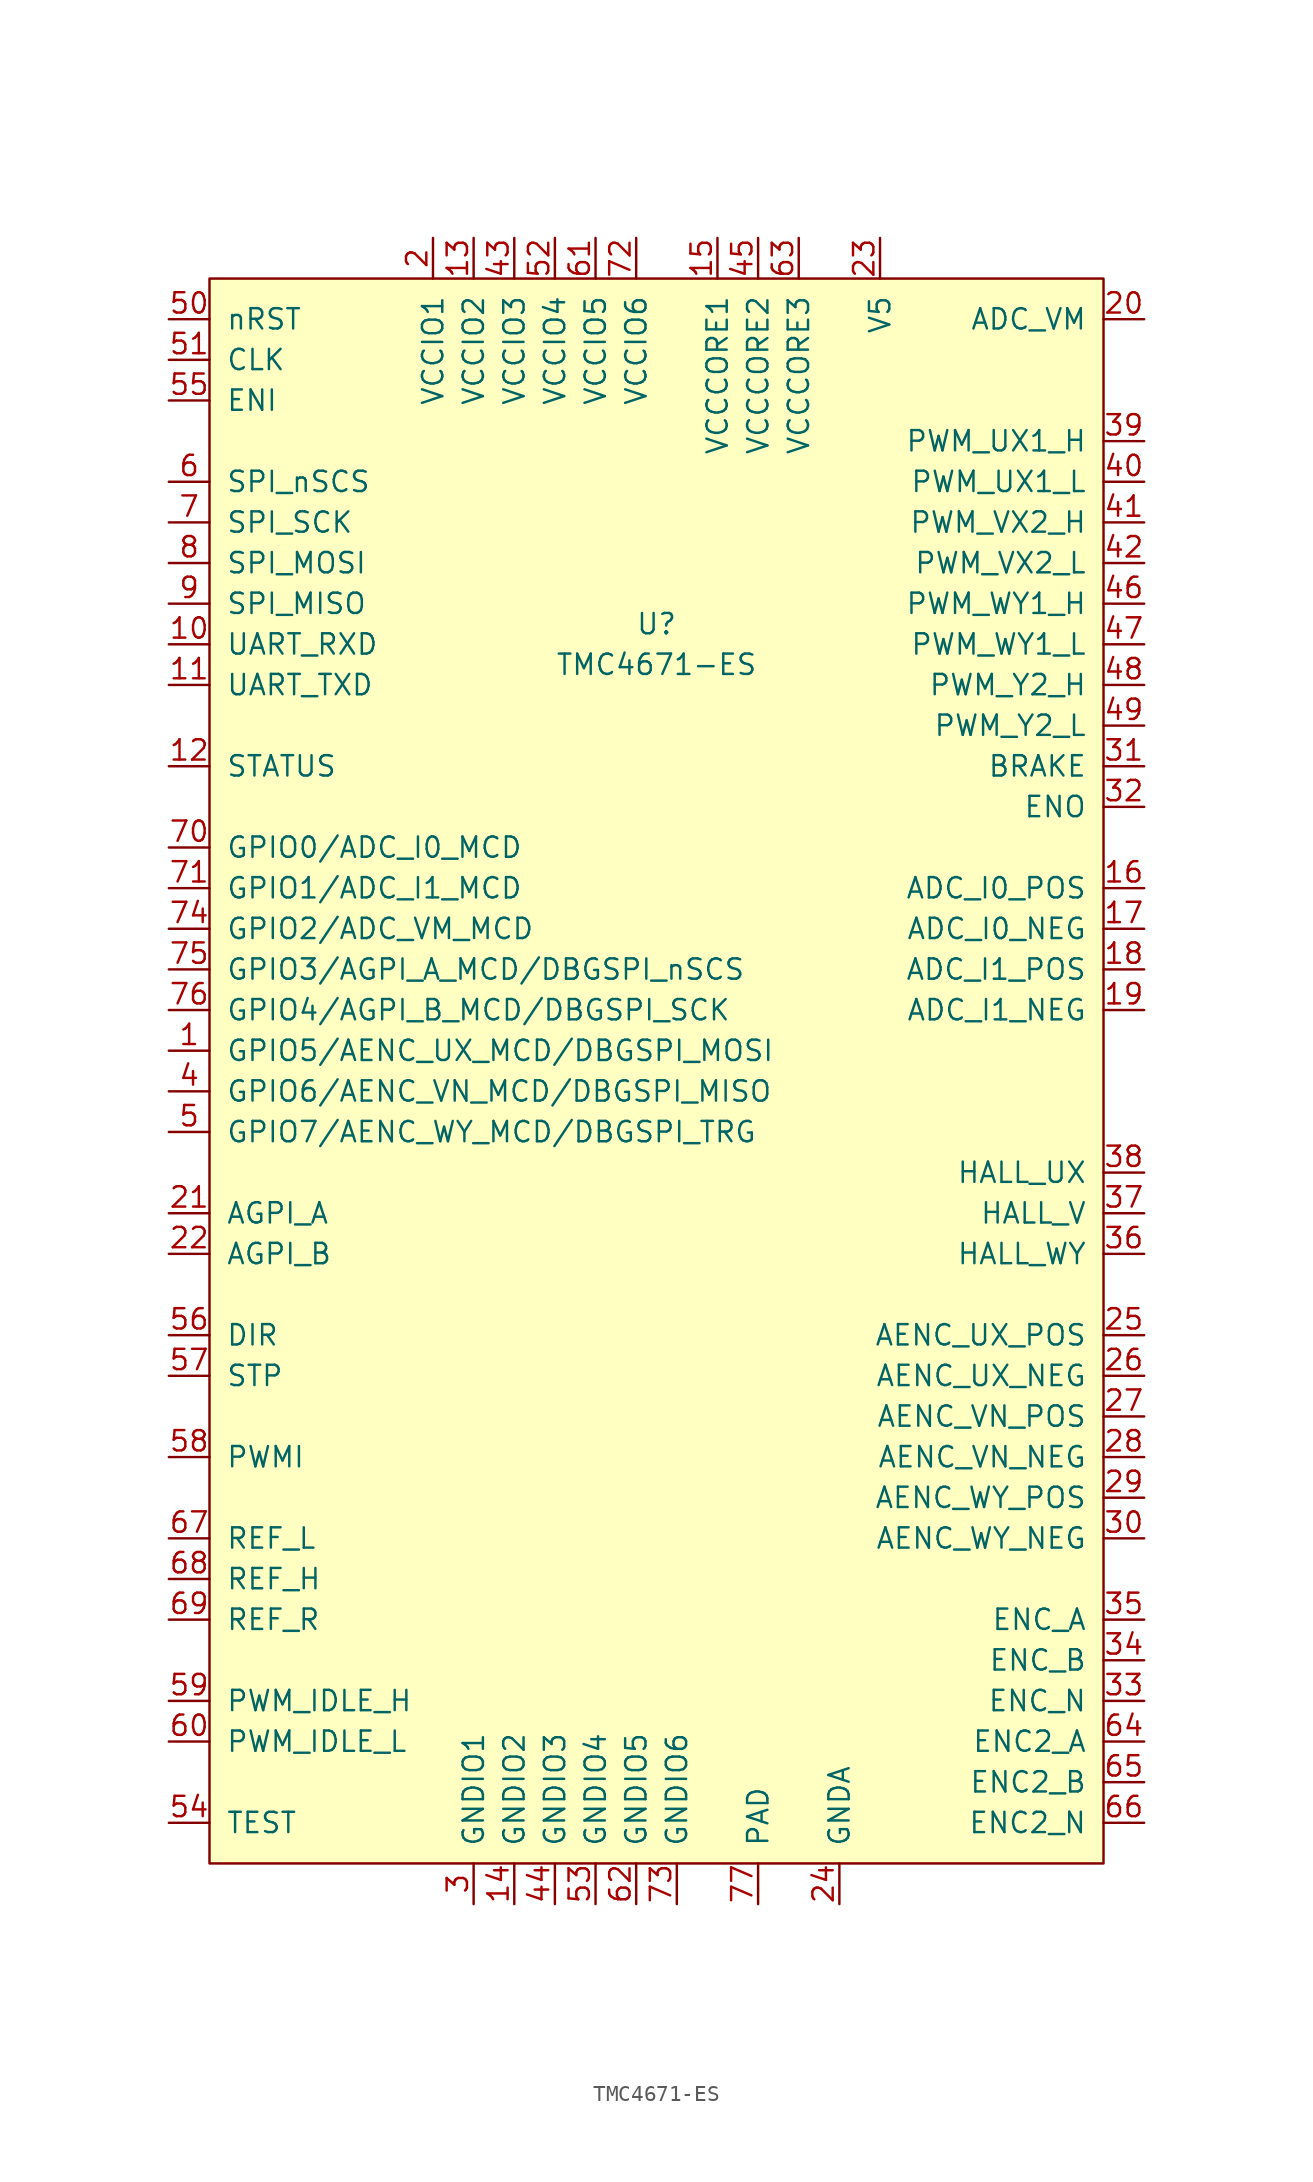
<source format=kicad_sym>
(kicad_symbol_lib
  (version 20211014)
  (generator kicad_symbol_editor)
  (symbol "TMC4671-ES"
    (pin_names
      (offset 1.016))
    (property "Reference" "U"
      (at 0 27.94 0)
      (effects (font (size 1.27 1.27))))
    (property "Value" "TMC4671-ES"
      (at 0 25.4 0)
      (effects (font (size 1.27 1.27))))
    (symbol "TMC4671-ES_0_1"
      (rectangle (start -27.94 49.53) (end 27.94 -49.53) (stroke (width 0) (type default) (color 0 0 0 0)) (fill (type background))))
    (symbol "TMC4671-ES_1_1"
      (pin bidirectional line (at -30.48 1.27 0) (length 2.54) (name "GPIO5/AENC_UX_MCD/DBGSPI_MOSI" (effects (font (size 1.27 1.27)))) (number "1" (effects (font (size 1.27 1.27)))))
      (pin input line (at -30.48 26.67 0) (length 2.54) (name "UART_RXD" (effects (font (size 1.27 1.27)))) (number "10" (effects (font (size 1.27 1.27)))))
      (pin output line (at -30.48 24.13 0) (length 2.54) (name "UART_TXD" (effects (font (size 1.27 1.27)))) (number "11" (effects (font (size 1.27 1.27)))))
      (pin output line (at -30.48 19.05 0) (length 2.54) (name "STATUS" (effects (font (size 1.27 1.27)))) (number "12" (effects (font (size 1.27 1.27)))))
      (pin power_in line (at -11.43 52.07 270) (length 2.54) (name "VCCIO2" (effects (font (size 1.27 1.27)))) (number "13" (effects (font (size 1.27 1.27)))))
      (pin power_in line (at -8.89 -52.07 90) (length 2.54) (name "GNDIO2" (effects (font (size 1.27 1.27)))) (number "14" (effects (font (size 1.27 1.27)))))
      (pin power_out line (at 3.81 52.07 270) (length 2.54) (name "VCCCORE1" (effects (font (size 1.27 1.27)))) (number "15" (effects (font (size 1.27 1.27)))))
      (pin input line (at 30.48 11.43 180) (length 2.54) (name "ADC_I0_POS" (effects (font (size 1.27 1.27)))) (number "16" (effects (font (size 1.27 1.27)))))
      (pin input line (at 30.48 8.89 180) (length 2.54) (name "ADC_I0_NEG" (effects (font (size 1.27 1.27)))) (number "17" (effects (font (size 1.27 1.27)))))
      (pin input line (at 30.48 6.35 180) (length 2.54) (name "ADC_I1_POS" (effects (font (size 1.27 1.27)))) (number "18" (effects (font (size 1.27 1.27)))))
      (pin input line (at 30.48 3.81 180) (length 2.54) (name "ADC_I1_NEG" (effects (font (size 1.27 1.27)))) (number "19" (effects (font (size 1.27 1.27)))))
      (pin power_in line (at -13.97 52.07 270) (length 2.54) (name "VCCIO1" (effects (font (size 1.27 1.27)))) (number "2" (effects (font (size 1.27 1.27)))))
      (pin input line (at 30.48 46.99 180) (length 2.54) (name "ADC_VM" (effects (font (size 1.27 1.27)))) (number "20" (effects (font (size 1.27 1.27)))))
      (pin input line (at -30.48 -8.89 0) (length 2.54) (name "AGPI_A" (effects (font (size 1.27 1.27)))) (number "21" (effects (font (size 1.27 1.27)))))
      (pin input line (at -30.48 -11.43 0) (length 2.54) (name "AGPI_B" (effects (font (size 1.27 1.27)))) (number "22" (effects (font (size 1.27 1.27)))))
      (pin power_in line (at 13.97 52.07 270) (length 2.54) (name "V5" (effects (font (size 1.27 1.27)))) (number "23" (effects (font (size 1.27 1.27)))))
      (pin power_in line (at 11.43 -52.07 90) (length 2.54) (name "GNDA" (effects (font (size 1.27 1.27)))) (number "24" (effects (font (size 1.27 1.27)))))
      (pin input line (at 30.48 -16.51 180) (length 2.54) (name "AENC_UX_POS" (effects (font (size 1.27 1.27)))) (number "25" (effects (font (size 1.27 1.27)))))
      (pin input line (at 30.48 -19.05 180) (length 2.54) (name "AENC_UX_NEG" (effects (font (size 1.27 1.27)))) (number "26" (effects (font (size 1.27 1.27)))))
      (pin input line (at 30.48 -21.59 180) (length 2.54) (name "AENC_VN_POS" (effects (font (size 1.27 1.27)))) (number "27" (effects (font (size 1.27 1.27)))))
      (pin input line (at 30.48 -24.13 180) (length 2.54) (name "AENC_VN_NEG" (effects (font (size 1.27 1.27)))) (number "28" (effects (font (size 1.27 1.27)))))
      (pin input line (at 30.48 -26.67 180) (length 2.54) (name "AENC_WY_POS" (effects (font (size 1.27 1.27)))) (number "29" (effects (font (size 1.27 1.27)))))
      (pin power_in line (at -11.43 -52.07 90) (length 2.54) (name "GNDIO1" (effects (font (size 1.27 1.27)))) (number "3" (effects (font (size 1.27 1.27)))))
      (pin input line (at 30.48 -29.21 180) (length 2.54) (name "AENC_WY_NEG" (effects (font (size 1.27 1.27)))) (number "30" (effects (font (size 1.27 1.27)))))
      (pin output line (at 30.48 19.05 180) (length 2.54) (name "BRAKE" (effects (font (size 1.27 1.27)))) (number "31" (effects (font (size 1.27 1.27)))))
      (pin output line (at 30.48 16.51 180) (length 2.54) (name "ENO" (effects (font (size 1.27 1.27)))) (number "32" (effects (font (size 1.27 1.27)))))
      (pin input line (at 30.48 -39.37 180) (length 2.54) (name "ENC_N" (effects (font (size 1.27 1.27)))) (number "33" (effects (font (size 1.27 1.27)))))
      (pin input line (at 30.48 -36.83 180) (length 2.54) (name "ENC_B" (effects (font (size 1.27 1.27)))) (number "34" (effects (font (size 1.27 1.27)))))
      (pin input line (at 30.48 -34.29 180) (length 2.54) (name "ENC_A" (effects (font (size 1.27 1.27)))) (number "35" (effects (font (size 1.27 1.27)))))
      (pin input line (at 30.48 -11.43 180) (length 2.54) (name "HALL_WY" (effects (font (size 1.27 1.27)))) (number "36" (effects (font (size 1.27 1.27)))))
      (pin input line (at 30.48 -8.89 180) (length 2.54) (name "HALL_V" (effects (font (size 1.27 1.27)))) (number "37" (effects (font (size 1.27 1.27)))))
      (pin input line (at 30.48 -6.35 180) (length 2.54) (name "HALL_UX" (effects (font (size 1.27 1.27)))) (number "38" (effects (font (size 1.27 1.27)))))
      (pin output line (at 30.48 39.37 180) (length 2.54) (name "PWM_UX1_H" (effects (font (size 1.27 1.27)))) (number "39" (effects (font (size 1.27 1.27)))))
      (pin bidirectional line (at -30.48 -1.27 0) (length 2.54) (name "GPIO6/AENC_VN_MCD/DBGSPI_MISO" (effects (font (size 1.27 1.27)))) (number "4" (effects (font (size 1.27 1.27)))))
      (pin output line (at 30.48 36.83 180) (length 2.54) (name "PWM_UX1_L" (effects (font (size 1.27 1.27)))) (number "40" (effects (font (size 1.27 1.27)))))
      (pin output line (at 30.48 34.29 180) (length 2.54) (name "PWM_VX2_H" (effects (font (size 1.27 1.27)))) (number "41" (effects (font (size 1.27 1.27)))))
      (pin output line (at 30.48 31.75 180) (length 2.54) (name "PWM_VX2_L" (effects (font (size 1.27 1.27)))) (number "42" (effects (font (size 1.27 1.27)))))
      (pin power_in line (at -8.89 52.07 270) (length 2.54) (name "VCCIO3" (effects (font (size 1.27 1.27)))) (number "43" (effects (font (size 1.27 1.27)))))
      (pin power_in line (at -6.35 -52.07 90) (length 2.54) (name "GNDIO3" (effects (font (size 1.27 1.27)))) (number "44" (effects (font (size 1.27 1.27)))))
      (pin power_out line (at 6.35 52.07 270) (length 2.54) (name "VCCCORE2" (effects (font (size 1.27 1.27)))) (number "45" (effects (font (size 1.27 1.27)))))
      (pin output line (at 30.48 29.21 180) (length 2.54) (name "PWM_WY1_H" (effects (font (size 1.27 1.27)))) (number "46" (effects (font (size 1.27 1.27)))))
      (pin output line (at 30.48 26.67 180) (length 2.54) (name "PWM_WY1_L" (effects (font (size 1.27 1.27)))) (number "47" (effects (font (size 1.27 1.27)))))
      (pin output line (at 30.48 24.13 180) (length 2.54) (name "PWM_Y2_H" (effects (font (size 1.27 1.27)))) (number "48" (effects (font (size 1.27 1.27)))))
      (pin output line (at 30.48 21.59 180) (length 2.54) (name "PWM_Y2_L" (effects (font (size 1.27 1.27)))) (number "49" (effects (font (size 1.27 1.27)))))
      (pin bidirectional line (at -30.48 -3.81 0) (length 2.54) (name "GPIO7/AENC_WY_MCD/DBGSPI_TRG" (effects (font (size 1.27 1.27)))) (number "5" (effects (font (size 1.27 1.27)))))
      (pin input line (at -30.48 46.99 0) (length 2.54) (name "nRST" (effects (font (size 1.27 1.27)))) (number "50" (effects (font (size 1.27 1.27)))))
      (pin input line (at -30.48 44.45 0) (length 2.54) (name "CLK" (effects (font (size 1.27 1.27)))) (number "51" (effects (font (size 1.27 1.27)))))
      (pin power_in line (at -6.35 52.07 270) (length 2.54) (name "VCCIO4" (effects (font (size 1.27 1.27)))) (number "52" (effects (font (size 1.27 1.27)))))
      (pin power_in line (at -3.81 -52.07 90) (length 2.54) (name "GNDIO4" (effects (font (size 1.27 1.27)))) (number "53" (effects (font (size 1.27 1.27)))))
      (pin input line (at -30.48 -46.99 0) (length 2.54) (name "TEST" (effects (font (size 1.27 1.27)))) (number "54" (effects (font (size 1.27 1.27)))))
      (pin input line (at -30.48 41.91 0) (length 2.54) (name "ENI" (effects (font (size 1.27 1.27)))) (number "55" (effects (font (size 1.27 1.27)))))
      (pin input line (at -30.48 -16.51 0) (length 2.54) (name "DIR" (effects (font (size 1.27 1.27)))) (number "56" (effects (font (size 1.27 1.27)))))
      (pin input line (at -30.48 -19.05 0) (length 2.54) (name "STP" (effects (font (size 1.27 1.27)))) (number "57" (effects (font (size 1.27 1.27)))))
      (pin input line (at -30.48 -24.13 0) (length 2.54) (name "PWMI" (effects (font (size 1.27 1.27)))) (number "58" (effects (font (size 1.27 1.27)))))
      (pin input line (at -30.48 -39.37 0) (length 2.54) (name "PWM_IDLE_H" (effects (font (size 1.27 1.27)))) (number "59" (effects (font (size 1.27 1.27)))))
      (pin input line (at -30.48 36.83 0) (length 2.54) (name "SPI_nSCS" (effects (font (size 1.27 1.27)))) (number "6" (effects (font (size 1.27 1.27)))))
      (pin input line (at -30.48 -41.91 0) (length 2.54) (name "PWM_IDLE_L" (effects (font (size 1.27 1.27)))) (number "60" (effects (font (size 1.27 1.27)))))
      (pin power_in line (at -3.81 52.07 270) (length 2.54) (name "VCCIO5" (effects (font (size 1.27 1.27)))) (number "61" (effects (font (size 1.27 1.27)))))
      (pin power_in line (at -1.27 -52.07 90) (length 2.54) (name "GNDIO5" (effects (font (size 1.27 1.27)))) (number "62" (effects (font (size 1.27 1.27)))))
      (pin power_out line (at 8.89 52.07 270) (length 2.54) (name "VCCCORE3" (effects (font (size 1.27 1.27)))) (number "63" (effects (font (size 1.27 1.27)))))
      (pin input line (at 30.48 -41.91 180) (length 2.54) (name "ENC2_A" (effects (font (size 1.27 1.27)))) (number "64" (effects (font (size 1.27 1.27)))))
      (pin input line (at 30.48 -44.45 180) (length 2.54) (name "ENC2_B" (effects (font (size 1.27 1.27)))) (number "65" (effects (font (size 1.27 1.27)))))
      (pin input line (at 30.48 -46.99 180) (length 2.54) (name "ENC2_N" (effects (font (size 1.27 1.27)))) (number "66" (effects (font (size 1.27 1.27)))))
      (pin input line (at -30.48 -29.21 0) (length 2.54) (name "REF_L" (effects (font (size 1.27 1.27)))) (number "67" (effects (font (size 1.27 1.27)))))
      (pin input line (at -30.48 -31.75 0) (length 2.54) (name "REF_H" (effects (font (size 1.27 1.27)))) (number "68" (effects (font (size 1.27 1.27)))))
      (pin input line (at -30.48 -34.29 0) (length 2.54) (name "REF_R" (effects (font (size 1.27 1.27)))) (number "69" (effects (font (size 1.27 1.27)))))
      (pin input line (at -30.48 34.29 0) (length 2.54) (name "SPI_SCK" (effects (font (size 1.27 1.27)))) (number "7" (effects (font (size 1.27 1.27)))))
      (pin bidirectional line (at -30.48 13.97 0) (length 2.54) (name "GPIO0/ADC_I0_MCD" (effects (font (size 1.27 1.27)))) (number "70" (effects (font (size 1.27 1.27)))))
      (pin bidirectional line (at -30.48 11.43 0) (length 2.54) (name "GPIO1/ADC_I1_MCD" (effects (font (size 1.27 1.27)))) (number "71" (effects (font (size 1.27 1.27)))))
      (pin power_in line (at -1.27 52.07 270) (length 2.54) (name "VCCIO6" (effects (font (size 1.27 1.27)))) (number "72" (effects (font (size 1.27 1.27)))))
      (pin power_in line (at 1.27 -52.07 90) (length 2.54) (name "GNDIO6" (effects (font (size 1.27 1.27)))) (number "73" (effects (font (size 1.27 1.27)))))
      (pin bidirectional line (at -30.48 8.89 0) (length 2.54) (name "GPIO2/ADC_VM_MCD" (effects (font (size 1.27 1.27)))) (number "74" (effects (font (size 1.27 1.27)))))
      (pin bidirectional line (at -30.48 6.35 0) (length 2.54) (name "GPIO3/AGPI_A_MCD/DBGSPI_nSCS" (effects (font (size 1.27 1.27)))) (number "75" (effects (font (size 1.27 1.27)))))
      (pin bidirectional line (at -30.48 3.81 0) (length 2.54) (name "GPIO4/AGPI_B_MCD/DBGSPI_SCK" (effects (font (size 1.27 1.27)))) (number "76" (effects (font (size 1.27 1.27)))))
      (pin power_in line (at 6.35 -52.07 90) (length 2.54) (name "PAD" (effects (font (size 1.27 1.27)))) (number "77" (effects (font (size 1.27 1.27)))))
      (pin input line (at -30.48 31.75 0) (length 2.54) (name "SPI_MOSI" (effects (font (size 1.27 1.27)))) (number "8" (effects (font (size 1.27 1.27)))))
      (pin tri_state line (at -30.48 29.21 0) (length 2.54) (name "SPI_MISO" (effects (font (size 1.27 1.27)))) (number "9" (effects (font (size 1.27 1.27))))))))
</source>
